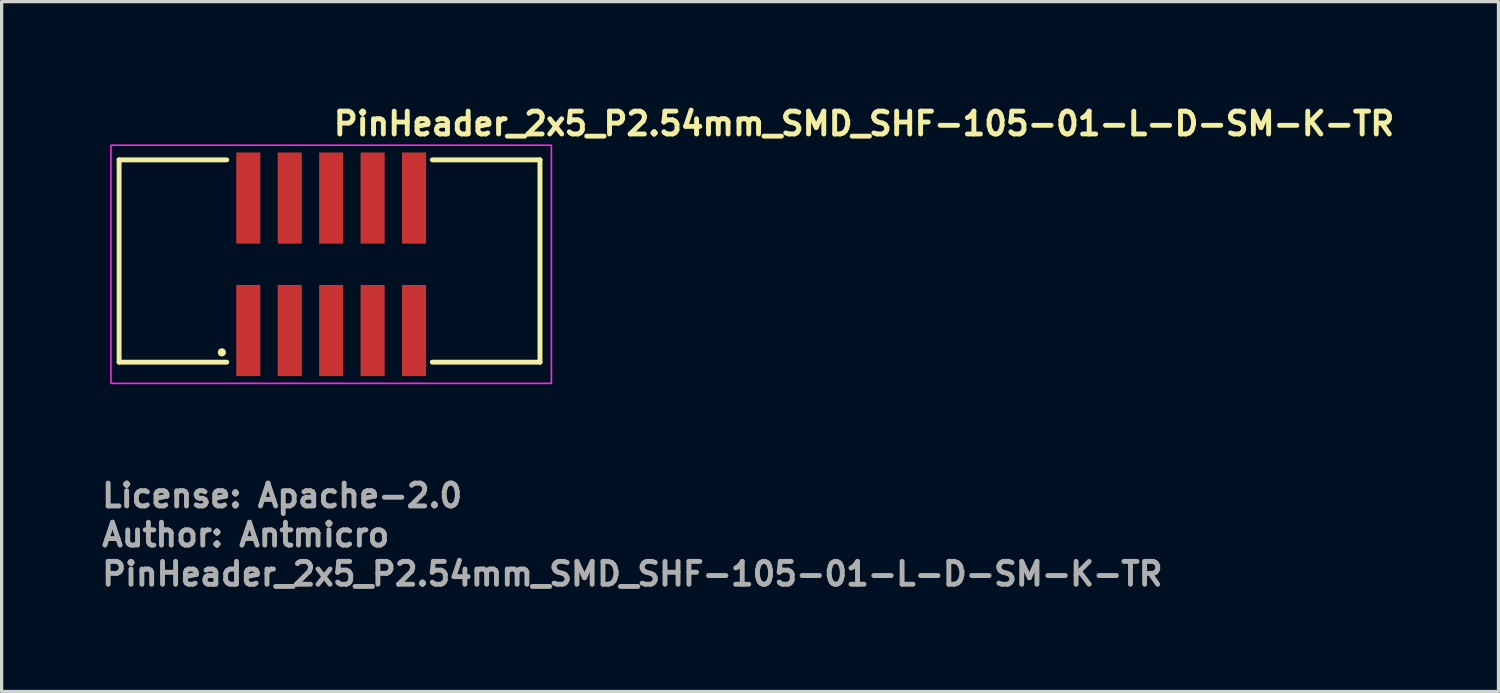
<source format=kicad_pcb>
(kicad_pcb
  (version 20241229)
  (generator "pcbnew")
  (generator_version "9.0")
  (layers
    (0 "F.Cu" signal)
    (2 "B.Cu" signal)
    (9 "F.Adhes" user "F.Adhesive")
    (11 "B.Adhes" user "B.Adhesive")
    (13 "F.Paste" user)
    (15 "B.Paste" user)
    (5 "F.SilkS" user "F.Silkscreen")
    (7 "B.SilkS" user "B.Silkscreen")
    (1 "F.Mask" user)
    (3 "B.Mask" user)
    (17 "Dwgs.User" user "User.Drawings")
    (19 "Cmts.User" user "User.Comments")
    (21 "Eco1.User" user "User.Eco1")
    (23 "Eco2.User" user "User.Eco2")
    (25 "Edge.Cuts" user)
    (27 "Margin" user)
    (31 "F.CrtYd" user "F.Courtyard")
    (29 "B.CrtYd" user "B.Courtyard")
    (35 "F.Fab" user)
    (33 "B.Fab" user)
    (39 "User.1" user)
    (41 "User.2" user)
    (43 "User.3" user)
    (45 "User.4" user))
  (footprint "PinHeader_2x5_P2.54mm_SMD_SHF-105-01-L-D-SM-K-TR"
    (layer "F.Cu")
    (at 7.1 5.05)
    (property "Reference" "PinHeader_2x5_P2.54mm_SMD_SHF-105-01-L-D-SM-K-TR" (at 0 -3.9 0) (unlocked yes) (layer "F.SilkS") (effects (font (size 0.7 0.7) (thickness 0.15)) (justify left bottom)))
    (attr smd)
    (fp_line (start -6.5 -3.2) (end -6.5 3) (stroke (width 0.15) (type solid)) (layer "F.SilkS"))
    (fp_line (start -6.5 3) (end -3.2 3) (stroke (width 0.15) (type solid)) (layer "F.SilkS"))
    (fp_line (start -3.2 -3.2) (end -6.5 -3.2) (stroke (width 0.15) (type solid)) (layer "F.SilkS"))
    (fp_line (start 3.1 3) (end 6.4 3) (stroke (width 0.15) (type solid)) (layer "F.SilkS"))
    (fp_line (start 6.4 -3.2) (end 3.1 -3.2) (stroke (width 0.15) (type solid)) (layer "F.SilkS"))
    (fp_line (start 6.4 3) (end 6.4 -3.2) (stroke (width 0.15) (type solid)) (layer "F.SilkS"))
    (fp_circle (center -3.35 2.7) (end -3.3 2.7) (stroke (width 0.15) (type solid)) (fill yes) (layer "F.SilkS"))
    (fp_rect (start -6.75 -3.65) (end 6.75 3.65) (stroke (width 0.05) (type solid)) (fill no) (layer "F.CrtYd"))
    (fp_rect (start -6.35 -3.251) (end 6.35 3.251) (stroke (width 0.1) (type solid)) (fill no) (layer "User.5"))
    (fp_line (start -6.35 -0.635) (end -6.35 -3.048) (stroke (width 0.02) (type solid)) (layer "User.9"))
    (fp_line (start -6.35 -0.635) (end -6.223 -0.635) (stroke (width 0.02) (type solid)) (layer "User.9"))
    (fp_line (start -6.35 2.54) (end -6.35 0.635) (stroke (width 0.02) (type solid)) (layer "User.9"))
    (fp_line (start -6.223 -0.635) (end -6.223 0.635) (stroke (width 0.02) (type solid)) (layer "User.9"))
    (fp_line (start -6.223 0.635) (end -6.35 0.635) (stroke (width 0.02) (type solid)) (layer "User.9"))
    (fp_line (start -5.738 -2.055) (end -5.738 2.055) (stroke (width 0.02) (type solid)) (layer "User.9"))
    (fp_line (start -5.738 -2.055) (end -5.461 -1.778) (stroke (width 0.02) (type solid)) (layer "User.9"))
    (fp_line (start -5.738 2.055) (end -5.461 1.778) (stroke (width 0.02) (type solid)) (layer "User.9"))
    (fp_line (start -5.738 2.055) (end -2.519 2.055) (stroke (width 0.02) (type solid)) (layer "User.9"))
    (fp_line (start -5.461 -1.778) (end -5.461 1.778) (stroke (width 0.02) (type solid)) (layer "User.9"))
    (fp_line (start -5.461 1.778) (end -2.722 1.778) (stroke (width 0.02) (type solid)) (layer "User.9"))
    (fp_line (start -5.41 -3.048) (end -6.35 -3.048) (stroke (width 0.02) (type solid)) (layer "User.9"))
    (fp_line (start -5.41 -2.54) (end -5.41 -3.048) (stroke (width 0.02) (type solid)) (layer "User.9"))
    (fp_line (start -3.251 0) (end -3.251 0) (stroke (width 0.02) (type solid)) (layer "User.9"))
    (fp_line (start -3.251 0) (end -3.247 0.167) (stroke (width 0.02) (type solid)) (layer "User.9"))
    (fp_line (start -3.247 -0.167) (end -3.251 0) (stroke (width 0.02) (type solid)) (layer "User.9"))
    (fp_line (start -3.247 0.167) (end -3.234 0.332) (stroke (width 0.02) (type solid)) (layer "User.9"))
    (fp_line (start -3.234 -0.332) (end -3.247 -0.167) (stroke (width 0.02) (type solid)) (layer "User.9"))
    (fp_line (start -3.234 0.332) (end -3.214 0.495) (stroke (width 0.02) (type solid)) (layer "User.9"))
    (fp_line (start -3.214 -0.495) (end -3.234 -0.332) (stroke (width 0.02) (type solid)) (layer "User.9"))
    (fp_line (start -3.214 0.495) (end -3.185 0.655) (stroke (width 0.02) (type solid)) (layer "User.9"))
    (fp_line (start -3.185 -0.655) (end -3.214 -0.495) (stroke (width 0.02) (type solid)) (layer "User.9"))
    (fp_line (start -3.185 0.655) (end -3.149 0.813) (stroke (width 0.02) (type solid)) (layer "User.9"))
    (fp_line (start -3.149 -0.813) (end -3.185 -0.655) (stroke (width 0.02) (type solid)) (layer "User.9"))
    (fp_line (start -3.149 0.813) (end -3.105 0.967) (stroke (width 0.02) (type solid)) (layer "User.9"))
    (fp_line (start -3.105 -0.967) (end -3.149 -0.813) (stroke (width 0.02) (type solid)) (layer "User.9"))
    (fp_line (start -3.105 0.967) (end -3.054 1.118) (stroke (width 0.02) (type solid)) (layer "User.9"))
    (fp_line (start -3.054 -1.118) (end -3.105 -0.967) (stroke (width 0.02) (type solid)) (layer "User.9"))
    (fp_line (start -3.054 1.118) (end -2.996 1.266) (stroke (width 0.02) (type solid)) (layer "User.9"))
    (fp_line (start -3.048 2.286) (end -3.048 2.54) (stroke (width 0.02) (type solid)) (layer "User.9"))
    (fp_line (start -3.048 2.286) (end -3.048 2.54) (stroke (width 0.02) (type solid)) (layer "User.9"))
    (fp_line (start -3.048 2.54) (end -6.35 2.54) (stroke (width 0.02) (type solid)) (layer "User.9"))
    (fp_line (start -3.023 2.54) (end -3.048 2.54) (stroke (width 0.02) (type solid)) (layer "User.9"))
    (fp_line (start -3.023 2.54) (end -3.023 2.311) (stroke (width 0.02) (type solid)) (layer "User.9"))
    (fp_line (start -2.996 -1.266) (end -3.054 -1.118) (stroke (width 0.02) (type solid)) (layer "User.9"))
    (fp_line (start -2.996 1.266) (end -2.931 1.41) (stroke (width 0.02) (type solid)) (layer "User.9"))
    (fp_line (start -2.931 -1.41) (end -2.996 -1.266) (stroke (width 0.02) (type solid)) (layer "User.9"))
    (fp_line (start -2.931 1.41) (end -2.859 1.55) (stroke (width 0.02) (type solid)) (layer "User.9"))
    (fp_line (start -2.859 -1.55) (end -2.931 -1.41) (stroke (width 0.02) (type solid)) (layer "User.9"))
    (fp_line (start -2.859 1.55) (end -2.781 1.686) (stroke (width 0.02) (type solid)) (layer "User.9"))
    (fp_line (start -2.781 -1.686) (end -2.859 -1.55) (stroke (width 0.02) (type solid)) (layer "User.9"))
    (fp_line (start -2.781 1.686) (end -2.696 1.818) (stroke (width 0.02) (type solid)) (layer "User.9"))
    (fp_line (start -2.743 -3.048) (end -2.743 -2.946) (stroke (width 0.02) (type solid)) (layer "User.9"))
    (fp_line (start -2.743 -2.946) (end -2.743 -2.54) (stroke (width 0.02) (type solid)) (layer "User.9"))
    (fp_line (start -2.743 2.54) (end -2.743 2.946) (stroke (width 0.02) (type solid)) (layer "User.9"))
    (fp_line (start -2.743 2.946) (end -2.743 3.048) (stroke (width 0.02) (type solid)) (layer "User.9"))
    (fp_line (start -2.722 -1.778) (end -5.461 -1.778) (stroke (width 0.02) (type solid)) (layer "User.9"))
    (fp_line (start -2.696 -1.818) (end -2.781 -1.686) (stroke (width 0.02) (type solid)) (layer "User.9"))
    (fp_line (start -2.696 1.818) (end -2.605 1.945) (stroke (width 0.02) (type solid)) (layer "User.9"))
    (fp_line (start -2.605 -1.945) (end -2.696 -1.818) (stroke (width 0.02) (type solid)) (layer "User.9"))
    (fp_line (start -2.605 1.945) (end -2.509 2.068) (stroke (width 0.02) (type solid)) (layer "User.9"))
    (fp_line (start -2.54 2.54) (end -3.023 2.54) (stroke (width 0.02) (type solid)) (layer "User.9"))
    (fp_line (start -2.54 2.54) (end -2.54 2.311) (stroke (width 0.02) (type solid)) (layer "User.9"))
    (fp_line (start -2.519 -2.055) (end -5.738 -2.055) (stroke (width 0.02) (type solid)) (layer "User.9"))
    (fp_line (start -2.509 -2.068) (end -2.605 -1.945) (stroke (width 0.02) (type solid)) (layer "User.9"))
    (fp_line (start -2.509 2.068) (end -2.407 2.186) (stroke (width 0.02) (type solid)) (layer "User.9"))
    (fp_line (start -2.407 -2.186) (end -2.509 -2.068) (stroke (width 0.02) (type solid)) (layer "User.9"))
    (fp_line (start -2.407 2.186) (end -2.299 2.299) (stroke (width 0.02) (type solid)) (layer "User.9"))
    (fp_line (start -2.337 -3.048) (end -2.743 -3.048) (stroke (width 0.02) (type solid)) (layer "User.9"))
    (fp_line (start -2.337 -3.048) (end -2.337 -2.946) (stroke (width 0.02) (type solid)) (layer "User.9"))
    (fp_line (start -2.337 -2.946) (end -2.743 -2.946) (stroke (width 0.02) (type solid)) (layer "User.9"))
    (fp_line (start -2.337 -2.946) (end -2.337 -2.54) (stroke (width 0.02) (type solid)) (layer "User.9"))
    (fp_line (start -2.337 2.54) (end -2.337 2.946) (stroke (width 0.02) (type solid)) (layer "User.9"))
    (fp_line (start -2.337 2.946) (end -2.743 2.946) (stroke (width 0.02) (type solid)) (layer "User.9"))
    (fp_line (start -2.337 2.946) (end -2.337 3.048) (stroke (width 0.02) (type solid)) (layer "User.9"))
    (fp_line (start -2.337 3.048) (end -2.743 3.048) (stroke (width 0.02) (type solid)) (layer "User.9"))
    (fp_line (start -2.312 2.286) (end -3.048 2.286) (stroke (width 0.02) (type solid)) (layer "User.9"))
    (fp_line (start -2.312 2.286) (end -3.048 2.286) (stroke (width 0.02) (type solid)) (layer "User.9"))
    (fp_line (start -2.299 -2.299) (end -2.407 -2.186) (stroke (width 0.02) (type solid)) (layer "User.9"))
    (fp_line (start -2.299 2.299) (end -2.186 2.407) (stroke (width 0.02) (type solid)) (layer "User.9"))
    (fp_line (start -2.286 2.311) (end -3.023 2.311) (stroke (width 0.02) (type solid)) (layer "User.9"))
    (fp_line (start -2.186 -2.407) (end -2.299 -2.299) (stroke (width 0.02) (type solid)) (layer "User.9"))
    (fp_line (start -2.186 2.407) (end -2.068 2.509) (stroke (width 0.02) (type solid)) (layer "User.9"))
    (fp_line (start -2.068 -2.509) (end -2.186 -2.407) (stroke (width 0.02) (type solid)) (layer "User.9"))
    (fp_line (start -2.068 2.509) (end -1.945 2.605) (stroke (width 0.02) (type solid)) (layer "User.9"))
    (fp_line (start -2.057 2.54) (end -2.54 2.54) (stroke (width 0.02) (type solid)) (layer "User.9"))
    (fp_line (start -2.057 2.54) (end -2.057 2.517) (stroke (width 0.02) (type solid)) (layer "User.9"))
    (fp_line (start -2.032 2.538) (end -2.032 2.54) (stroke (width 0.02) (type solid)) (layer "User.9"))
    (fp_line (start -2.032 2.538) (end -2.032 2.54) (stroke (width 0.02) (type solid)) (layer "User.9"))
    (fp_line (start -2.032 2.54) (end -2.057 2.54) (stroke (width 0.02) (type solid)) (layer "User.9"))
    (fp_line (start -2.029 -2.54) (end -5.41 -2.54) (stroke (width 0.02) (type solid)) (layer "User.9"))
    (fp_line (start -2.029 2.54) (end -2.032 2.54) (stroke (width 0.02) (type solid)) (layer "User.9"))
    (fp_line (start -1.945 -2.605) (end -2.068 -2.509) (stroke (width 0.02) (type solid)) (layer "User.9"))
    (fp_line (start -1.945 2.605) (end -1.818 2.696) (stroke (width 0.02) (type solid)) (layer "User.9"))
    (fp_line (start -1.818 -2.696) (end -1.945 -2.605) (stroke (width 0.02) (type solid)) (layer "User.9"))
    (fp_line (start -1.818 2.696) (end -1.686 2.781) (stroke (width 0.02) (type solid)) (layer "User.9"))
    (fp_line (start -1.686 -2.781) (end -1.818 -2.696) (stroke (width 0.02) (type solid)) (layer "User.9"))
    (fp_line (start -1.686 2.781) (end -1.55 2.859) (stroke (width 0.02) (type solid)) (layer "User.9"))
    (fp_line (start -1.55 -2.859) (end -1.686 -2.781) (stroke (width 0.02) (type solid)) (layer "User.9"))
    (fp_line (start -1.55 2.859) (end -1.41 2.931) (stroke (width 0.02) (type solid)) (layer "User.9"))
    (fp_line (start -1.473 -2.946) (end -1.473 -3.048) (stroke (width 0.02) (type solid)) (layer "User.9"))
    (fp_line (start -1.473 -2.898) (end -1.473 -2.946) (stroke (width 0.02) (type solid)) (layer "User.9"))
    (fp_line (start -1.473 2.946) (end -1.473 2.898) (stroke (width 0.02) (type solid)) (layer "User.9"))
    (fp_line (start -1.473 3.048) (end -1.473 2.946) (stroke (width 0.02) (type solid)) (layer "User.9"))
    (fp_line (start -1.41 -2.931) (end -1.55 -2.859) (stroke (width 0.02) (type solid)) (layer "User.9"))
    (fp_line (start -1.41 2.931) (end -1.266 2.996) (stroke (width 0.02) (type solid)) (layer "User.9"))
    (fp_line (start -1.374 -2.946) (end -1.473 -2.946) (stroke (width 0.02) (type solid)) (layer "User.9"))
    (fp_line (start -1.374 2.946) (end -1.473 2.946) (stroke (width 0.02) (type solid)) (layer "User.9"))
    (fp_line (start -1.27 -3.048) (end -1.473 -3.048) (stroke (width 0.02) (type solid)) (layer "User.9"))
    (fp_line (start -1.27 -3.048) (end -1.27 -2.993) (stroke (width 0.02) (type solid)) (layer "User.9"))
    (fp_line (start -1.266 -2.996) (end -1.41 -2.931) (stroke (width 0.02) (type solid)) (layer "User.9"))
    (fp_line (start -1.266 2.996) (end -1.118 3.054) (stroke (width 0.02) (type solid)) (layer "User.9"))
    (fp_line (start -1.131 -3.048) (end -1.27 -3.048) (stroke (width 0.02) (type solid)) (layer "User.9"))
    (fp_line (start -1.131 3.048) (end -1.473 3.048) (stroke (width 0.02) (type solid)) (layer "User.9"))
    (fp_line (start -1.118 -3.054) (end -1.266 -2.996) (stroke (width 0.02) (type solid)) (layer "User.9"))
    (fp_line (start -1.118 3.054) (end -0.967 3.105) (stroke (width 0.02) (type solid)) (layer "User.9"))
    (fp_line (start -0.967 -3.105) (end -1.118 -3.054) (stroke (width 0.02) (type solid)) (layer "User.9"))
    (fp_line (start -0.967 3.105) (end -0.813 3.149) (stroke (width 0.02) (type solid)) (layer "User.9"))
    (fp_line (start -0.813 -3.149) (end -0.967 -3.105) (stroke (width 0.02) (type solid)) (layer "User.9"))
    (fp_line (start -0.813 3.149) (end -0.655 3.185) (stroke (width 0.02) (type solid)) (layer "User.9"))
    (fp_line (start -0.655 -3.185) (end -0.813 -3.149) (stroke (width 0.02) (type solid)) (layer "User.9"))
    (fp_line (start -0.655 3.185) (end -0.495 3.214) (stroke (width 0.02) (type solid)) (layer "User.9"))
    (fp_line (start -0.495 -3.214) (end -0.655 -3.185) (stroke (width 0.02) (type solid)) (layer "User.9"))
    (fp_line (start -0.495 3.214) (end -0.332 3.234) (stroke (width 0.02) (type solid)) (layer "User.9"))
    (fp_line (start -0.332 -3.234) (end -0.495 -3.214) (stroke (width 0.02) (type solid)) (layer "User.9"))
    (fp_line (start -0.332 3.234) (end -0.167 3.247) (stroke (width 0.02) (type solid)) (layer "User.9"))
    (fp_line (start -0.167 -3.247) (end -0.332 -3.234) (stroke (width 0.02) (type solid)) (layer "User.9"))
    (fp_line (start -0.167 3.247) (end 0 3.251) (stroke (width 0.02) (type solid)) (layer "User.9"))
    (fp_line (start 0 -3.251) (end -0.167 -3.247) (stroke (width 0.02) (type solid)) (layer "User.9"))
    (fp_line (start 0 -3.251) (end 0 -3.251) (stroke (width 0.02) (type solid)) (layer "User.9"))
    (fp_line (start 0 3.251) (end 0 3.251) (stroke (width 0.02) (type solid)) (layer "User.9"))
    (fp_line (start 0 3.251) (end 0.167 3.247) (stroke (width 0.02) (type solid)) (layer "User.9"))
    (fp_line (start 0.167 -3.247) (end 0 -3.251) (stroke (width 0.02) (type solid)) (layer "User.9"))
    (fp_line (start 0.167 3.247) (end 0.332 3.234) (stroke (width 0.02) (type solid)) (layer "User.9"))
    (fp_line (start 0.332 -3.234) (end 0.167 -3.247) (stroke (width 0.02) (type solid)) (layer "User.9"))
    (fp_line (start 0.332 3.234) (end 0.495 3.214) (stroke (width 0.02) (type solid)) (layer "User.9"))
    (fp_line (start 0.495 -3.214) (end 0.332 -3.234) (stroke (width 0.02) (type solid)) (layer "User.9"))
    (fp_line (start 0.495 3.214) (end 0.655 3.185) (stroke (width 0.02) (type solid)) (layer "User.9"))
    (fp_line (start 0.655 -3.185) (end 0.495 -3.214) (stroke (width 0.02) (type solid)) (layer "User.9"))
    (fp_line (start 0.655 3.185) (end 0.813 3.149) (stroke (width 0.02) (type solid)) (layer "User.9"))
    (fp_line (start 0.813 -3.149) (end 0.655 -3.185) (stroke (width 0.02) (type solid)) (layer "User.9"))
    (fp_line (start 0.813 3.149) (end 0.967 3.105) (stroke (width 0.02) (type solid)) (layer "User.9"))
    (fp_line (start 0.967 -3.105) (end 0.813 -3.149) (stroke (width 0.02) (type solid)) (layer "User.9"))
    (fp_line (start 0.967 3.105) (end 1.118 3.054) (stroke (width 0.02) (type solid)) (layer "User.9"))
    (fp_line (start 1.118 -3.054) (end 0.967 -3.105) (stroke (width 0.02) (type solid)) (layer "User.9"))
    (fp_line (start 1.118 3.054) (end 1.266 2.996) (stroke (width 0.02) (type solid)) (layer "User.9"))
    (fp_line (start 1.266 -2.996) (end 1.118 -3.054) (stroke (width 0.02) (type solid)) (layer "User.9"))
    (fp_line (start 1.266 2.996) (end 1.41 2.931) (stroke (width 0.02) (type solid)) (layer "User.9"))
    (fp_line (start 1.27 -3.048) (end 1.131 -3.048) (stroke (width 0.02) (type solid)) (layer "User.9"))
    (fp_line (start 1.27 -2.993) (end 1.27 -3.048) (stroke (width 0.02) (type solid)) (layer "User.9"))
    (fp_line (start 1.41 -2.931) (end 1.266 -2.996) (stroke (width 0.02) (type solid)) (layer "User.9"))
    (fp_line (start 1.41 2.931) (end 1.55 2.859) (stroke (width 0.02) (type solid)) (layer "User.9"))
    (fp_line (start 1.473 -3.048) (end 1.27 -3.048) (stroke (width 0.02) (type solid)) (layer "User.9"))
    (fp_line (start 1.473 -3.048) (end 1.473 -2.946) (stroke (width 0.02) (type solid)) (layer "User.9"))
    (fp_line (start 1.473 -2.946) (end 1.374 -2.946) (stroke (width 0.02) (type solid)) (layer "User.9"))
    (fp_line (start 1.473 -2.946) (end 1.473 -2.898) (stroke (width 0.02) (type solid)) (layer "User.9"))
    (fp_line (start 1.473 2.898) (end 1.473 2.946) (stroke (width 0.02) (type solid)) (layer "User.9"))
    (fp_line (start 1.473 2.946) (end 1.374 2.946) (stroke (width 0.02) (type solid)) (layer "User.9"))
    (fp_line (start 1.473 2.946) (end 1.473 3.048) (stroke (width 0.02) (type solid)) (layer "User.9"))
    (fp_line (start 1.473 3.048) (end 1.131 3.048) (stroke (width 0.02) (type solid)) (layer "User.9"))
    (fp_line (start 1.55 -2.859) (end 1.41 -2.931) (stroke (width 0.02) (type solid)) (layer "User.9"))
    (fp_line (start 1.55 2.859) (end 1.686 2.781) (stroke (width 0.02) (type solid)) (layer "User.9"))
    (fp_line (start 1.686 -2.781) (end 1.55 -2.859) (stroke (width 0.02) (type solid)) (layer "User.9"))
    (fp_line (start 1.686 2.781) (end 1.818 2.696) (stroke (width 0.02) (type solid)) (layer "User.9"))
    (fp_line (start 1.818 -2.696) (end 1.686 -2.781) (stroke (width 0.02) (type solid)) (layer "User.9"))
    (fp_line (start 1.818 2.696) (end 1.945 2.605) (stroke (width 0.02) (type solid)) (layer "User.9"))
    (fp_line (start 1.945 -2.605) (end 1.818 -2.696) (stroke (width 0.02) (type solid)) (layer "User.9"))
    (fp_line (start 1.945 2.605) (end 2.068 2.509) (stroke (width 0.02) (type solid)) (layer "User.9"))
    (fp_line (start 2.068 -2.509) (end 1.945 -2.605) (stroke (width 0.02) (type solid)) (layer "User.9"))
    (fp_line (start 2.068 2.509) (end 2.186 2.407) (stroke (width 0.02) (type solid)) (layer "User.9"))
    (fp_line (start 2.186 -2.407) (end 2.068 -2.509) (stroke (width 0.02) (type solid)) (layer "User.9"))
    (fp_line (start 2.186 2.407) (end 2.299 2.299) (stroke (width 0.02) (type solid)) (layer "User.9"))
    (fp_line (start 2.299 -2.299) (end 2.186 -2.407) (stroke (width 0.02) (type solid)) (layer "User.9"))
    (fp_line (start 2.299 2.299) (end 2.407 2.186) (stroke (width 0.02) (type solid)) (layer "User.9"))
    (fp_line (start 2.337 -2.946) (end 2.337 -3.048) (stroke (width 0.02) (type solid)) (layer "User.9"))
    (fp_line (start 2.337 -2.54) (end 2.337 -2.946) (stroke (width 0.02) (type solid)) (layer "User.9"))
    (fp_line (start 2.337 2.946) (end 2.337 2.54) (stroke (width 0.02) (type solid)) (layer "User.9"))
    (fp_line (start 2.337 3.048) (end 2.337 2.946) (stroke (width 0.02) (type solid)) (layer "User.9"))
    (fp_line (start 2.407 -2.186) (end 2.299 -2.299) (stroke (width 0.02) (type solid)) (layer "User.9"))
    (fp_line (start 2.407 2.186) (end 2.509 2.068) (stroke (width 0.02) (type solid)) (layer "User.9"))
    (fp_line (start 2.509 -2.068) (end 2.407 -2.186) (stroke (width 0.02) (type solid)) (layer "User.9"))
    (fp_line (start 2.509 2.068) (end 2.605 1.945) (stroke (width 0.02) (type solid)) (layer "User.9"))
    (fp_line (start 2.519 2.055) (end 5.738 2.055) (stroke (width 0.02) (type solid)) (layer "User.9"))
    (fp_line (start 2.605 -1.945) (end 2.509 -2.068) (stroke (width 0.02) (type solid)) (layer "User.9"))
    (fp_line (start 2.605 1.945) (end 2.696 1.818) (stroke (width 0.02) (type solid)) (layer "User.9"))
    (fp_line (start 2.696 -1.818) (end 2.605 -1.945) (stroke (width 0.02) (type solid)) (layer "User.9"))
    (fp_line (start 2.696 1.818) (end 2.781 1.686) (stroke (width 0.02) (type solid)) (layer "User.9"))
    (fp_line (start 2.722 1.778) (end 5.461 1.778) (stroke (width 0.02) (type solid)) (layer "User.9"))
    (fp_line (start 2.743 -3.048) (end 2.337 -3.048) (stroke (width 0.02) (type solid)) (layer "User.9"))
    (fp_line (start 2.743 -3.048) (end 2.743 -2.946) (stroke (width 0.02) (type solid)) (layer "User.9"))
    (fp_line (start 2.743 -2.946) (end 2.337 -2.946) (stroke (width 0.02) (type solid)) (layer "User.9"))
    (fp_line (start 2.743 -2.946) (end 2.743 -2.54) (stroke (width 0.02) (type solid)) (layer "User.9"))
    (fp_line (start 2.743 2.54) (end 2.743 2.946) (stroke (width 0.02) (type solid)) (layer "User.9"))
    (fp_line (start 2.743 2.946) (end 2.337 2.946) (stroke (width 0.02) (type solid)) (layer "User.9"))
    (fp_line (start 2.743 2.946) (end 2.743 3.048) (stroke (width 0.02) (type solid)) (layer "User.9"))
    (fp_line (start 2.743 3.048) (end 2.337 3.048) (stroke (width 0.02) (type solid)) (layer "User.9"))
    (fp_line (start 2.781 -1.686) (end 2.696 -1.818) (stroke (width 0.02) (type solid)) (layer "User.9"))
    (fp_line (start 2.781 1.686) (end 2.859 1.55) (stroke (width 0.02) (type solid)) (layer "User.9"))
    (fp_line (start 2.859 -1.55) (end 2.781 -1.686) (stroke (width 0.02) (type solid)) (layer "User.9"))
    (fp_line (start 2.859 1.55) (end 2.931 1.41) (stroke (width 0.02) (type solid)) (layer "User.9"))
    (fp_line (start 2.931 -1.41) (end 2.859 -1.55) (stroke (width 0.02) (type solid)) (layer "User.9"))
    (fp_line (start 2.931 1.41) (end 2.996 1.266) (stroke (width 0.02) (type solid)) (layer "User.9"))
    (fp_line (start 2.996 -1.266) (end 2.931 -1.41) (stroke (width 0.02) (type solid)) (layer "User.9"))
    (fp_line (start 2.996 1.266) (end 3.054 1.118) (stroke (width 0.02) (type solid)) (layer "User.9"))
    (fp_line (start 3.054 -1.118) (end 2.996 -1.266) (stroke (width 0.02) (type solid)) (layer "User.9"))
    (fp_line (start 3.054 1.118) (end 3.105 0.967) (stroke (width 0.02) (type solid)) (layer "User.9"))
    (fp_line (start 3.105 -0.967) (end 3.054 -1.118) (stroke (width 0.02) (type solid)) (layer "User.9"))
    (fp_line (start 3.105 0.967) (end 3.149 0.813) (stroke (width 0.02) (type solid)) (layer "User.9"))
    (fp_line (start 3.149 -0.813) (end 3.105 -0.967) (stroke (width 0.02) (type solid)) (layer "User.9"))
    (fp_line (start 3.149 0.813) (end 3.185 0.655) (stroke (width 0.02) (type solid)) (layer "User.9"))
    (fp_line (start 3.185 -0.655) (end 3.149 -0.813) (stroke (width 0.02) (type solid)) (layer "User.9"))
    (fp_line (start 3.185 0.655) (end 3.214 0.495) (stroke (width 0.02) (type solid)) (layer "User.9"))
    (fp_line (start 3.214 -0.495) (end 3.185 -0.655) (stroke (width 0.02) (type solid)) (layer "User.9"))
    (fp_line (start 3.214 0.495) (end 3.234 0.332) (stroke (width 0.02) (type solid)) (layer "User.9"))
    (fp_line (start 3.234 -0.332) (end 3.214 -0.495) (stroke (width 0.02) (type solid)) (layer "User.9"))
    (fp_line (start 3.234 0.332) (end 3.247 0.167) (stroke (width 0.02) (type solid)) (layer "User.9"))
    (fp_line (start 3.247 -0.167) (end 3.234 -0.332) (stroke (width 0.02) (type solid)) (layer "User.9"))
    (fp_line (start 3.247 0.167) (end 3.251 0) (stroke (width 0.02) (type solid)) (layer "User.9"))
    (fp_line (start 3.251 0) (end 3.247 -0.167) (stroke (width 0.02) (type solid)) (layer "User.9"))
    (fp_line (start 3.251 0) (end 3.251 0) (stroke (width 0.02) (type solid)) (layer "User.9"))
    (fp_line (start 3.251 0) (end 3.251 0) (stroke (width 0.02) (type solid)) (layer "User.9"))
    (fp_line (start 5.41 -3.048) (end 5.41 -2.54) (stroke (width 0.02) (type solid)) (layer "User.9"))
    (fp_line (start 5.41 -2.54) (end 2.029 -2.54) (stroke (width 0.02) (type solid)) (layer "User.9"))
    (fp_line (start 5.461 -1.778) (end 2.722 -1.778) (stroke (width 0.02) (type solid)) (layer "User.9"))
    (fp_line (start 5.461 1.778) (end 5.461 -1.778) (stroke (width 0.02) (type solid)) (layer "User.9"))
    (fp_line (start 5.738 -2.055) (end 2.519 -2.055) (stroke (width 0.02) (type solid)) (layer "User.9"))
    (fp_line (start 5.738 -2.055) (end 5.461 -1.778) (stroke (width 0.02) (type solid)) (layer "User.9"))
    (fp_line (start 5.738 2.055) (end 5.461 1.778) (stroke (width 0.02) (type solid)) (layer "User.9"))
    (fp_line (start 5.738 2.055) (end 5.738 -2.055) (stroke (width 0.02) (type solid)) (layer "User.9"))
    (fp_line (start 6.35 -3.048) (end 5.41 -3.048) (stroke (width 0.02) (type solid)) (layer "User.9"))
    (fp_line (start 6.35 2.54) (end 2.029 2.54) (stroke (width 0.02) (type solid)) (layer "User.9"))
    (fp_line (start 6.35 2.54) (end 6.35 -3.048) (stroke (width 0.02) (type solid)) (layer "User.9"))
    (fp_text user "License: Apache-2.0" (at -7.1 7.5 0) (layer "F.Fab") (effects (font (size 0.7 0.7) (thickness 0.15)) (justify left bottom)))
    (fp_text user "${REFERENCE}" (at -7.1 9.9 0) (layer "F.Fab") (effects (font (size 0.7 0.7) (thickness 0.15)) (justify left bottom)))
    (fp_text user "Author: Antmicro" (at -7.1 8.7 0) (layer "F.Fab") (effects (font (size 0.7 0.7) (thickness 0.15)) (justify left bottom)))
    (pad "1" smd rect (at -2.54 2.03 90) (size 2.794 0.737) (layers "F.Cu" "F.Mask" "F.Paste"))
    (pad "2" smd rect (at -2.54 -2.03 90) (size 2.794 0.737) (layers "F.Cu" "F.Mask" "F.Paste"))
    (pad "3" smd rect (at -1.27 2.03 90) (size 2.794 0.737) (layers "F.Cu" "F.Mask" "F.Paste"))
    (pad "4" smd rect (at -1.27 -2.03 90) (size 2.794 0.737) (layers "F.Cu" "F.Mask" "F.Paste"))
    (pad "5" smd rect (at 0 2.03 90) (size 2.794 0.737) (layers "F.Cu" "F.Mask" "F.Paste"))
    (pad "6" smd rect (at 0 -2.03 90) (size 2.794 0.737) (layers "F.Cu" "F.Mask" "F.Paste"))
    (pad "7" smd rect (at 1.27 2.03 90) (size 2.794 0.737) (layers "F.Cu" "F.Mask" "F.Paste"))
    (pad "8" smd rect (at 1.27 -2.03 90) (size 2.794 0.737) (layers "F.Cu" "F.Mask" "F.Paste"))
    (pad "9" smd rect (at 2.54 2.03 90) (size 2.794 0.737) (layers "F.Cu" "F.Mask" "F.Paste"))
    (pad "10" smd rect (at 2.54 -2.03 90) (size 2.794 0.737) (layers "F.Cu" "F.Mask" "F.Paste")))
  (gr_rect
    (start -3 -3)
    (end 42.877 18.145)
    (stroke (width 0.1) (type default))
    (fill no)
    (layer "Edge.Cuts")))
</source>
